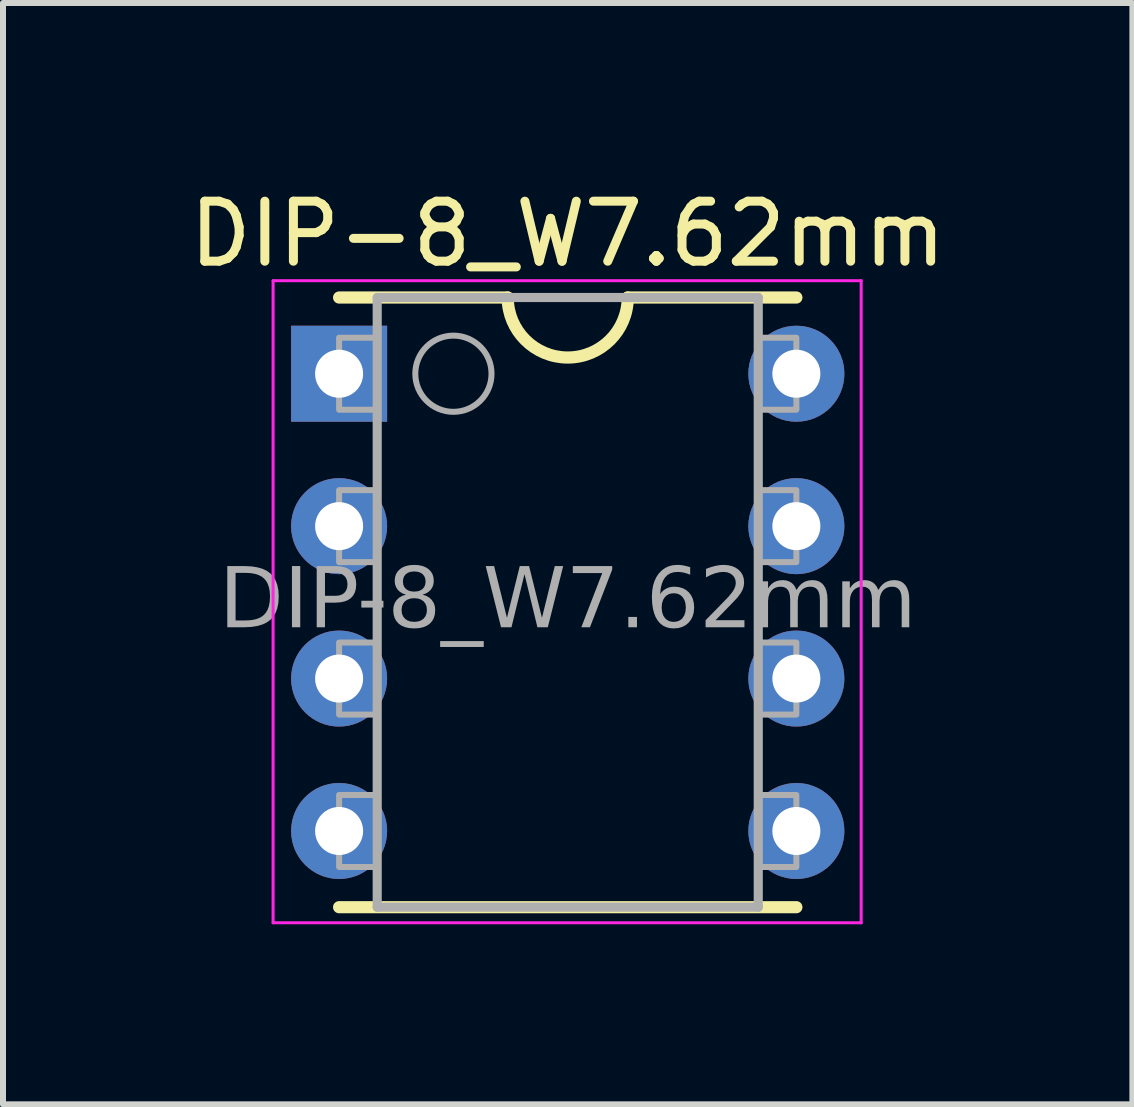
<source format=kicad_pcb>
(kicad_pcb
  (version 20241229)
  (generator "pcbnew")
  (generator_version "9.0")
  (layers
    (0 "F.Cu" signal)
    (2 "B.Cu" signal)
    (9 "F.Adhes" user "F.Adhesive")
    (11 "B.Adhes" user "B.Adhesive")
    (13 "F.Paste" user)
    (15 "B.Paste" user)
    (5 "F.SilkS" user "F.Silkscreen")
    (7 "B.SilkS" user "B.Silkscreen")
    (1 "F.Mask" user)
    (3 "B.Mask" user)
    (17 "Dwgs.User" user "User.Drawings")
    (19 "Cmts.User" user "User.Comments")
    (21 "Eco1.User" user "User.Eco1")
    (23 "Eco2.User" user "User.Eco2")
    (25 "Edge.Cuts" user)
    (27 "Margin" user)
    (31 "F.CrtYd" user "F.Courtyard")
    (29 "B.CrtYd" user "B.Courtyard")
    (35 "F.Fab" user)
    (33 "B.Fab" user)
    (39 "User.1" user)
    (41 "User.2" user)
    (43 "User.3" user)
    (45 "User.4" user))
  (footprint "DIP-8_W7.62mm"
    (layer "F.Cu")
    (at 6.411 6.988)
    (property "Reference" "DIP-8_W7.62mm" (at 0 -6.14 0) (layer "F.SilkS") (effects (font (size 1 1) (thickness 0.15))))
    (attr through_hole)
    (fp_line (start -3.81 5.08) (end 3.81 5.08) (stroke (width 0.203) (type solid)) (layer "F.SilkS"))
    (fp_line (start -1 -5.08) (end -3.81 -5.08) (stroke (width 0.203) (type solid)) (layer "F.SilkS"))
    (fp_line (start 3.81 -5.08) (end 1 -5.08) (stroke (width 0.203) (type solid)) (layer "F.SilkS"))
    (fp_arc (start 1 -5.08) (mid 0 -4.08) (end -1 -5.08) (stroke (width 0.2032) (type solid)) (layer "F.SilkS"))
    (fp_line (start -4.91 -5.36) (end -4.91 5.34) (stroke (width 0.05) (type solid)) (layer "F.CrtYd"))
    (fp_line (start -4.91 5.34) (end 4.89 5.34) (stroke (width 0.05) (type solid)) (layer "F.CrtYd"))
    (fp_line (start 4.89 -5.36) (end -4.91 -5.36) (stroke (width 0.05) (type solid)) (layer "F.CrtYd"))
    (fp_line (start 4.89 5.34) (end 4.89 -5.36) (stroke (width 0.05) (type solid)) (layer "F.CrtYd"))
    (fp_line (start -3.175 -5.08) (end 3.175 -5.08) (stroke (width 0.152) (type solid)) (layer "F.Fab"))
    (fp_line (start -3.175 5.08) (end -3.175 -5.08) (stroke (width 0.152) (type solid)) (layer "F.Fab"))
    (fp_line (start 3.175 -5.08) (end 3.175 5.08) (stroke (width 0.152) (type solid)) (layer "F.Fab"))
    (fp_line (start 3.175 5.08) (end -3.175 5.08) (stroke (width 0.152) (type solid)) (layer "F.Fab"))
    (fp_rect (start -3.81 -4.41) (end -3.175 -3.21) (stroke (width 0.1) (type solid)) (fill no) (layer "F.Fab"))
    (fp_rect (start -3.81 -1.87) (end -3.175 -0.67) (stroke (width 0.1) (type solid)) (fill no) (layer "F.Fab"))
    (fp_rect (start -3.81 0.67) (end -3.175 1.87) (stroke (width 0.1) (type solid)) (fill no) (layer "F.Fab"))
    (fp_rect (start -3.81 3.21) (end -3.175 4.41) (stroke (width 0.1) (type solid)) (fill no) (layer "F.Fab"))
    (fp_rect (start 3.81 -3.21) (end 3.175 -4.41) (stroke (width 0.1) (type solid)) (fill no) (layer "F.Fab"))
    (fp_rect (start 3.81 -0.67) (end 3.175 -1.87) (stroke (width 0.1) (type solid)) (fill no) (layer "F.Fab"))
    (fp_rect (start 3.81 1.87) (end 3.175 0.67) (stroke (width 0.1) (type solid)) (fill no) (layer "F.Fab"))
    (fp_rect (start 3.81 4.41) (end 3.175 3.21) (stroke (width 0.1) (type solid)) (fill no) (layer "F.Fab"))
    (fp_circle (center -1.905 -3.81) (end -1.27 -3.81) (stroke (width 0.1) (type solid)) (fill no) (layer "F.Fab"))
    (fp_text user "${REFERENCE}" (at 0 0 0) (layer "F.Fab") (effects (font (face "Tahoma") (size 1 1) (thickness 0.15))))
    (pad "1" thru_hole rect (at -3.81 -3.81) (size 1.6 1.6) (drill 0.8) (layers "*.Cu" "*.Mask"))
    (pad "2" thru_hole oval (at -3.81 -1.27) (size 1.6 1.6) (drill 0.8) (layers "*.Cu" "*.Mask"))
    (pad "3" thru_hole oval (at -3.81 1.27) (size 1.6 1.6) (drill 0.8) (layers "*.Cu" "*.Mask"))
    (pad "4" thru_hole oval (at -3.81 3.81) (size 1.6 1.6) (drill 0.8) (layers "*.Cu" "*.Mask"))
    (pad "5" thru_hole oval (at 3.81 3.81) (size 1.6 1.6) (drill 0.8) (layers "*.Cu" "*.Mask"))
    (pad "6" thru_hole oval (at 3.81 1.27) (size 1.6 1.6) (drill 0.8) (layers "*.Cu" "*.Mask"))
    (pad "7" thru_hole oval (at 3.81 -1.27) (size 1.6 1.6) (drill 0.8) (layers "*.Cu" "*.Mask"))
    (pad "8" thru_hole oval (at 3.81 -3.81) (size 1.6 1.6) (drill 0.8) (layers "*.Cu" "*.Mask")))
  (gr_rect
    (start -3 -3)
    (end 15.821 15.353)
    (stroke (width 0.1) (type default))
    (fill no)
    (layer "Edge.Cuts")))
</source>
